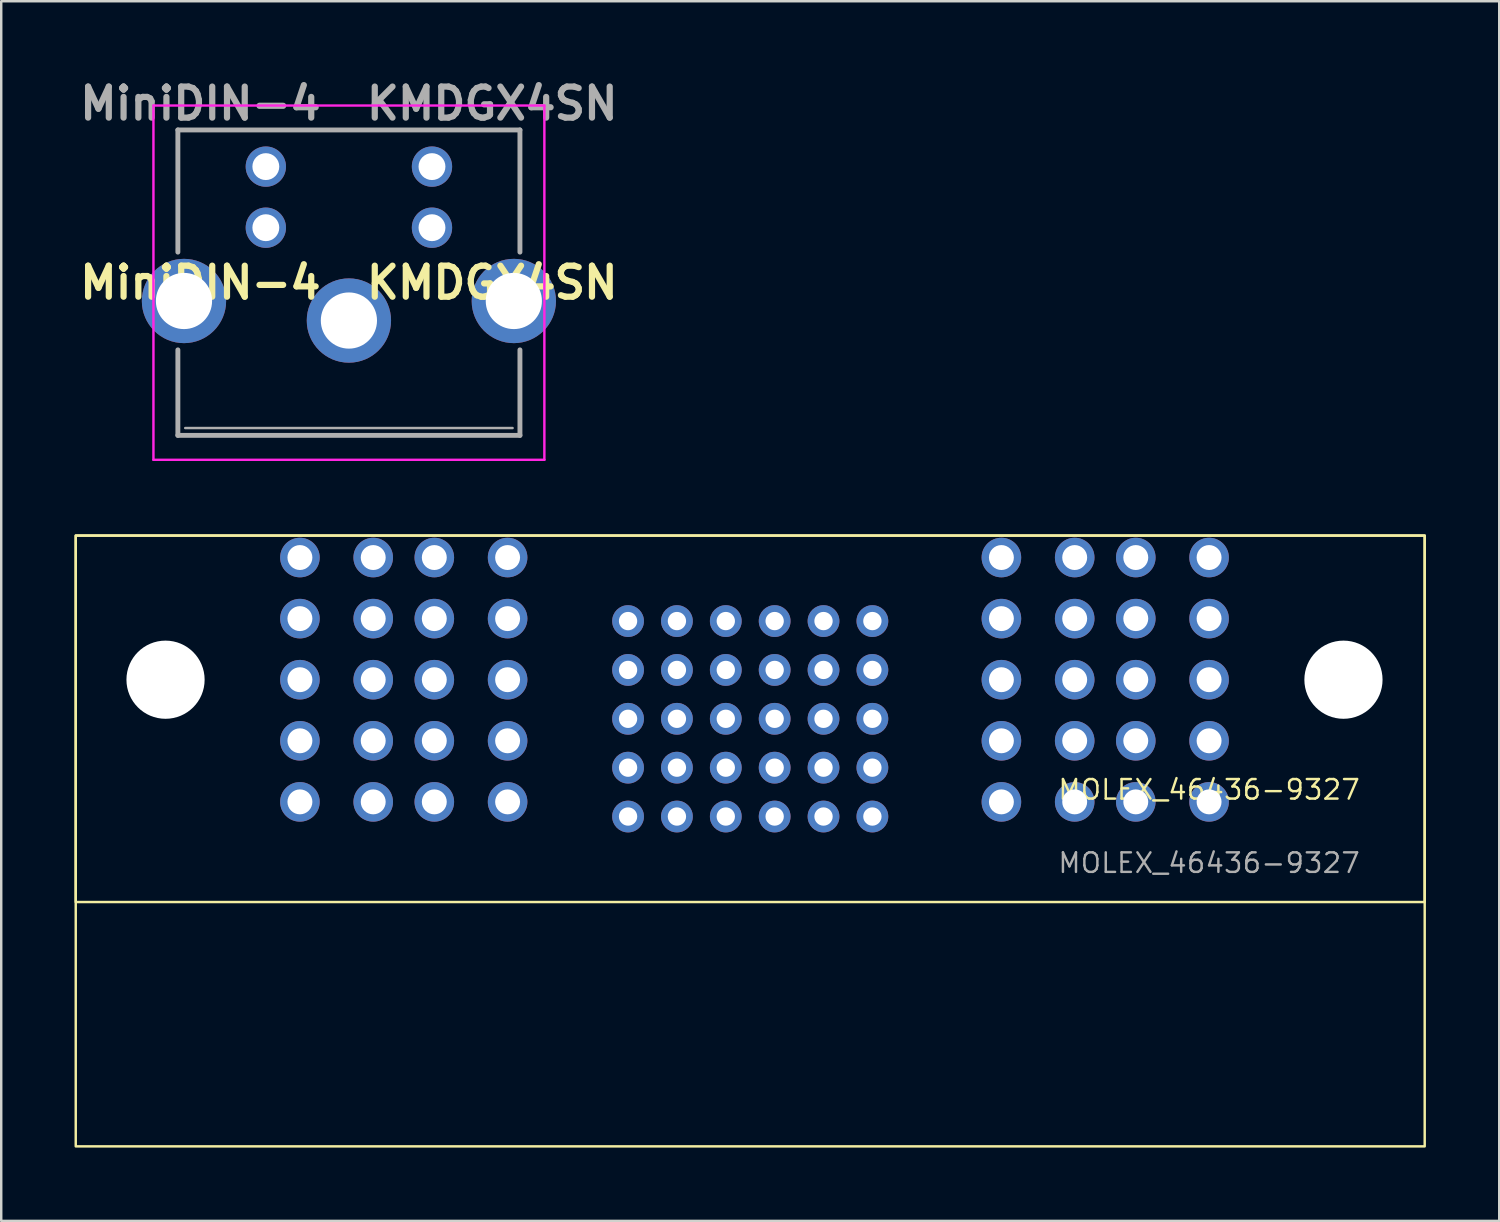
<source format=kicad_pcb>
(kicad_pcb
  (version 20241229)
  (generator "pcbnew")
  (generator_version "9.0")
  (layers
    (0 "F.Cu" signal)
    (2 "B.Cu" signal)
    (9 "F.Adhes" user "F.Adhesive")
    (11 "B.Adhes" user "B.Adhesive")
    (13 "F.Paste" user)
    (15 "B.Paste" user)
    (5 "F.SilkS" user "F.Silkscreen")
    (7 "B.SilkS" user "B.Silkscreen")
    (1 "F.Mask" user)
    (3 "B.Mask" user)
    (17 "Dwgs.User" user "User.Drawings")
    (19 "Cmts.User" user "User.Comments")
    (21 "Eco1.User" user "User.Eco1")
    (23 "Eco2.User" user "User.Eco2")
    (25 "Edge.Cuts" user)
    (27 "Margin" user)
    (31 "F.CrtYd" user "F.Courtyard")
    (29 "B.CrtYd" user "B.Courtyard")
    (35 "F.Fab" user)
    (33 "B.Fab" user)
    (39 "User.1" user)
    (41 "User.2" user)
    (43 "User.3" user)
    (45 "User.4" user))
  (footprint "MiniDIN-4  KMDGX4SN"
    (layer "F.Cu")
    (at 14.63 6.269)
    (property "Reference" "MiniDIN-4  KMDGX4SN" (at -3.4 2.25 180) (layer "F.SilkS") (effects (font (size 1.27 1.27) (thickness 0.254))))
    (attr through_hole)
    (fp_line (start -10.4 -4) (end -10.4 1) (stroke (width 0.1) (type default)) (layer "F.SilkS"))
    (fp_line (start -10.4 8.5) (end -10.4 5) (stroke (width 0.1) (type default)) (layer "F.SilkS"))
    (fp_line (start -10.4 8.5) (end 3.6 8.5) (stroke (width 0.1) (type solid)) (layer "F.SilkS"))
    (fp_line (start 3.6 -4) (end -10.4 -4) (stroke (width 0.1) (type solid)) (layer "F.SilkS"))
    (fp_line (start 3.6 1) (end 3.6 -4) (stroke (width 0.1) (type default)) (layer "F.SilkS"))
    (fp_line (start 3.6 8.5) (end 3.6 5) (stroke (width 0.1) (type default)) (layer "F.SilkS"))
    (fp_line (start -11.4 -5) (end -11.4 9.5) (stroke (width 0.1) (type solid)) (layer "F.CrtYd"))
    (fp_line (start -11.4 9.5) (end 4.6 9.5) (stroke (width 0.1) (type solid)) (layer "F.CrtYd"))
    (fp_line (start 4.6 -5) (end -11.4 -5) (stroke (width 0.1) (type solid)) (layer "F.CrtYd"))
    (fp_line (start 4.6 9.5) (end 4.6 -5) (stroke (width 0.1) (type solid)) (layer "F.CrtYd"))
    (fp_line (start -10.4 1) (end -10.4 -4) (stroke (width 0.2) (type default)) (layer "F.Fab"))
    (fp_line (start -10.4 8.5) (end -10.4 5) (stroke (width 0.2) (type default)) (layer "F.Fab"))
    (fp_line (start -10.4 8.5) (end 3.6 8.5) (stroke (width 0.2) (type solid)) (layer "F.Fab"))
    (fp_line (start -10.1 8.2) (end 3.3 8.2) (stroke (width 0.1) (type default)) (layer "F.Fab"))
    (fp_line (start 3.6 -4) (end -10.4 -4) (stroke (width 0.2) (type solid)) (layer "F.Fab"))
    (fp_line (start 3.6 -4) (end 3.6 1) (stroke (width 0.2) (type default)) (layer "F.Fab"))
    (fp_line (start 3.6 8.5) (end 3.6 5) (stroke (width 0.2) (type default)) (layer "F.Fab"))
    (fp_text user "${REFERENCE}" (at -3.4 -5.08 180) (layer "F.Fab") (effects (font (size 1.27 1.27) (thickness 0.254))))
    (pad "1" thru_hole circle (at -6.8 -2.5) (size 1.65 1.65) (drill 1.1) (layers "*.Cu" "*.Mask"))
    (pad "2" thru_hole circle (at 0 -2.5) (size 1.65 1.65) (drill 1.1) (layers "*.Cu" "*.Mask"))
    (pad "3" thru_hole circle (at -6.8 0) (size 1.65 1.65) (drill 1.1) (layers "*.Cu" "*.Mask"))
    (pad "4" thru_hole circle (at 0 0) (size 1.65 1.65) (drill 1.1) (layers "*.Cu" "*.Mask"))
    (pad "MH1" thru_hole circle (at -10.15 3) (size 3.45 3.45) (drill 2.3) (layers "*.Cu" "*.Mask"))
    (pad "MH1" thru_hole circle (at -3.4 3.8) (size 3.45 3.45) (drill 2.3) (layers "*.Cu" "*.Mask"))
    (pad "MH1" thru_hole circle (at 3.35 3) (size 3.45 3.45) (drill 2.3) (layers "*.Cu" "*.Mask")))
  (footprint "MOLEX_46436-9327"
    (layer "F.Cu")
    (at 46.435 29.769)
    (property "Reference" "MOLEX_46436-9327" (at 0 -0.5 0) (unlocked yes) (layer "F.SilkS") (effects (font (size 0.8 0.8) (thickness 0.1))))
    (attr through_hole)
    (fp_rect (start -46.385 -10.9) (end 8.825 4.1) (stroke (width 0.1) (type default)) (fill no) (layer "F.SilkS"))
    (fp_rect (start -46.385 -10.9) (end 8.825 14.1) (stroke (width 0.1) (type default)) (fill no) (layer "F.SilkS"))
    (fp_text user "${REFERENCE}" (at 0 2.5 0) (unlocked yes) (layer "F.Fab") (effects (font (size 0.8 0.8) (thickness 0.1))))
    (pad "" np_thru_hole circle (at -42.71 -5) (size 3.2 3.2) (drill 3.2) (layers "*.Cu" "*.Mask"))
    (pad "" np_thru_hole circle (at 5.5 -5) (size 3.2 3.2) (drill 3.2) (layers "*.Cu" "*.Mask"))
    (pad "A1" thru_hole circle (at -13.78 0.6) (size 1.3 1.3) (drill 0.75) (layers "*.Cu" "*.Mask"))
    (pad "A2" thru_hole circle (at -15.78 0.6) (size 1.3 1.3) (drill 0.75) (layers "*.Cu" "*.Mask"))
    (pad "A3" thru_hole circle (at -17.78 0.6) (size 1.3 1.3) (drill 0.75) (layers "*.Cu" "*.Mask"))
    (pad "A4" thru_hole circle (at -19.78 0.6) (size 1.3 1.3) (drill 0.75) (layers "*.Cu" "*.Mask"))
    (pad "A5" thru_hole circle (at -21.78 0.6) (size 1.3 1.3) (drill 0.75) (layers "*.Cu" "*.Mask"))
    (pad "A6" thru_hole circle (at -23.78 0.6) (size 1.3 1.3) (drill 0.75) (layers "*.Cu" "*.Mask"))
    (pad "B1" thru_hole circle (at -13.78 -1.4) (size 1.3 1.3) (drill 0.75) (layers "*.Cu" "*.Mask"))
    (pad "B2" thru_hole circle (at -15.78 -1.4) (size 1.3 1.3) (drill 0.75) (layers "*.Cu" "*.Mask"))
    (pad "B3" thru_hole circle (at -17.78 -1.4) (size 1.3 1.3) (drill 0.75) (layers "*.Cu" "*.Mask"))
    (pad "B4" thru_hole circle (at -19.78 -1.4) (size 1.3 1.3) (drill 0.75) (layers "*.Cu" "*.Mask"))
    (pad "B5" thru_hole circle (at -21.78 -1.4) (size 1.3 1.3) (drill 0.75) (layers "*.Cu" "*.Mask"))
    (pad "B6" thru_hole circle (at -23.78 -1.4) (size 1.3 1.3) (drill 0.75) (layers "*.Cu" "*.Mask"))
    (pad "C1" thru_hole circle (at -13.78 -3.4) (size 1.3 1.3) (drill 0.75) (layers "*.Cu" "*.Mask"))
    (pad "C2" thru_hole circle (at -15.78 -3.4) (size 1.3 1.3) (drill 0.75) (layers "*.Cu" "*.Mask"))
    (pad "C3" thru_hole circle (at -17.78 -3.4) (size 1.3 1.3) (drill 0.75) (layers "*.Cu" "*.Mask"))
    (pad "C4" thru_hole circle (at -19.78 -3.4) (size 1.3 1.3) (drill 0.75) (layers "*.Cu" "*.Mask"))
    (pad "C5" thru_hole circle (at -21.78 -3.4) (size 1.3 1.3) (drill 0.75) (layers "*.Cu" "*.Mask"))
    (pad "C6" thru_hole circle (at -23.78 -3.4) (size 1.3 1.3) (drill 0.75) (layers "*.Cu" "*.Mask"))
    (pad "D1" thru_hole circle (at -13.78 -5.4) (size 1.3 1.3) (drill 0.75) (layers "*.Cu" "*.Mask"))
    (pad "D2" thru_hole circle (at -15.78 -5.4) (size 1.3 1.3) (drill 0.75) (layers "*.Cu" "*.Mask"))
    (pad "D3" thru_hole circle (at -17.78 -5.4) (size 1.3 1.3) (drill 0.75) (layers "*.Cu" "*.Mask"))
    (pad "D4" thru_hole circle (at -19.78 -5.4) (size 1.3 1.3) (drill 0.75) (layers "*.Cu" "*.Mask"))
    (pad "D5" thru_hole circle (at -21.78 -5.4) (size 1.3 1.3) (drill 0.75) (layers "*.Cu" "*.Mask"))
    (pad "D6" thru_hole circle (at -23.78 -5.4) (size 1.3 1.3) (drill 0.75) (layers "*.Cu" "*.Mask"))
    (pad "E1" thru_hole circle (at -13.78 -7.4) (size 1.3 1.3) (drill 0.75) (layers "*.Cu" "*.Mask"))
    (pad "E2" thru_hole circle (at -15.78 -7.4) (size 1.3 1.3) (drill 0.75) (layers "*.Cu" "*.Mask"))
    (pad "E3" thru_hole circle (at -17.78 -7.4) (size 1.3 1.3) (drill 0.75) (layers "*.Cu" "*.Mask"))
    (pad "E4" thru_hole circle (at -19.78 -7.4) (size 1.3 1.3) (drill 0.75) (layers "*.Cu" "*.Mask"))
    (pad "E5" thru_hole circle (at -21.78 -7.4) (size 1.3 1.3) (drill 0.75) (layers "*.Cu" "*.Mask"))
    (pad "E6" thru_hole circle (at -23.78 -7.4) (size 1.3 1.3) (drill 0.75) (layers "*.Cu" "*.Mask"))
    (pad "P1" thru_hole circle (at -3 -10) (size 1.62 1.62) (drill 1.02) (layers "*.Cu" "*.Mask"))
    (pad "P1" thru_hole circle (at -3 -7.5) (size 1.62 1.62) (drill 1.02) (layers "*.Cu" "*.Mask"))
    (pad "P1" thru_hole circle (at -3 -5) (size 1.62 1.62) (drill 1.02) (layers "*.Cu" "*.Mask"))
    (pad "P1" thru_hole circle (at -3 -2.5) (size 1.62 1.62) (drill 1.02) (layers "*.Cu" "*.Mask"))
    (pad "P1" thru_hole circle (at -3 0) (size 1.62 1.62) (drill 1.02) (layers "*.Cu" "*.Mask"))
    (pad "P1" thru_hole circle (at 0 -10) (size 1.62 1.62) (drill 1.02) (layers "*.Cu" "*.Mask"))
    (pad "P1" thru_hole circle (at 0 -7.5) (size 1.62 1.62) (drill 1.02) (layers "*.Cu" "*.Mask"))
    (pad "P1" thru_hole circle (at 0 -5) (size 1.62 1.62) (drill 1.02) (layers "*.Cu" "*.Mask"))
    (pad "P1" thru_hole circle (at 0 -2.5) (size 1.62 1.62) (drill 1.02) (layers "*.Cu" "*.Mask"))
    (pad "P1" thru_hole circle (at 0 0) (size 1.62 1.62) (drill 1.02) (layers "*.Cu" "*.Mask"))
    (pad "P2" thru_hole circle (at -8.5 -10) (size 1.62 1.62) (drill 1.02) (layers "*.Cu" "*.Mask"))
    (pad "P2" thru_hole circle (at -8.5 -7.5) (size 1.62 1.62) (drill 1.02) (layers "*.Cu" "*.Mask"))
    (pad "P2" thru_hole circle (at -8.5 -5) (size 1.62 1.62) (drill 1.02) (layers "*.Cu" "*.Mask"))
    (pad "P2" thru_hole circle (at -8.5 -2.5) (size 1.62 1.62) (drill 1.02) (layers "*.Cu" "*.Mask"))
    (pad "P2" thru_hole circle (at -8.5 0) (size 1.62 1.62) (drill 1.02) (layers "*.Cu" "*.Mask"))
    (pad "P2" thru_hole circle (at -5.5 -10) (size 1.62 1.62) (drill 1.02) (layers "*.Cu" "*.Mask"))
    (pad "P2" thru_hole circle (at -5.5 -7.5) (size 1.62 1.62) (drill 1.02) (layers "*.Cu" "*.Mask"))
    (pad "P2" thru_hole circle (at -5.5 -5) (size 1.62 1.62) (drill 1.02) (layers "*.Cu" "*.Mask"))
    (pad "P2" thru_hole circle (at -5.5 -2.5) (size 1.62 1.62) (drill 1.02) (layers "*.Cu" "*.Mask"))
    (pad "P2" thru_hole circle (at -5.5 0) (size 1.62 1.62) (drill 1.02) (layers "*.Cu" "*.Mask"))
    (pad "P3" thru_hole circle (at -31.71 -10) (size 1.62 1.62) (drill 1.02) (layers "*.Cu" "*.Mask"))
    (pad "P3" thru_hole circle (at -31.71 -7.5) (size 1.62 1.62) (drill 1.02) (layers "*.Cu" "*.Mask"))
    (pad "P3" thru_hole circle (at -31.71 -5) (size 1.62 1.62) (drill 1.02) (layers "*.Cu" "*.Mask"))
    (pad "P3" thru_hole circle (at -31.71 -2.5) (size 1.62 1.62) (drill 1.02) (layers "*.Cu" "*.Mask"))
    (pad "P3" thru_hole circle (at -31.71 0) (size 1.62 1.62) (drill 1.02) (layers "*.Cu" "*.Mask"))
    (pad "P3" thru_hole circle (at -28.71 -10) (size 1.62 1.62) (drill 1.02) (layers "*.Cu" "*.Mask"))
    (pad "P3" thru_hole circle (at -28.71 -7.5) (size 1.62 1.62) (drill 1.02) (layers "*.Cu" "*.Mask"))
    (pad "P3" thru_hole circle (at -28.71 -5) (size 1.62 1.62) (drill 1.02) (layers "*.Cu" "*.Mask"))
    (pad "P3" thru_hole circle (at -28.71 -2.5) (size 1.62 1.62) (drill 1.02) (layers "*.Cu" "*.Mask"))
    (pad "P3" thru_hole circle (at -28.71 0) (size 1.62 1.62) (drill 1.02) (layers "*.Cu" "*.Mask"))
    (pad "P4" thru_hole circle (at -37.21 -10) (size 1.62 1.62) (drill 1.02) (layers "*.Cu" "*.Mask"))
    (pad "P4" thru_hole circle (at -37.21 -7.5) (size 1.62 1.62) (drill 1.02) (layers "*.Cu" "*.Mask"))
    (pad "P4" thru_hole circle (at -37.21 -5) (size 1.62 1.62) (drill 1.02) (layers "*.Cu" "*.Mask"))
    (pad "P4" thru_hole circle (at -37.21 -2.5) (size 1.62 1.62) (drill 1.02) (layers "*.Cu" "*.Mask"))
    (pad "P4" thru_hole circle (at -37.21 0) (size 1.62 1.62) (drill 1.02) (layers "*.Cu" "*.Mask"))
    (pad "P4" thru_hole circle (at -34.21 -10) (size 1.62 1.62) (drill 1.02) (layers "*.Cu" "*.Mask"))
    (pad "P4" thru_hole circle (at -34.21 -7.5) (size 1.62 1.62) (drill 1.02) (layers "*.Cu" "*.Mask"))
    (pad "P4" thru_hole circle (at -34.21 -5) (size 1.62 1.62) (drill 1.02) (layers "*.Cu" "*.Mask"))
    (pad "P4" thru_hole circle (at -34.21 -2.5) (size 1.62 1.62) (drill 1.02) (layers "*.Cu" "*.Mask"))
    (pad "P4" thru_hole circle (at -34.21 0) (size 1.62 1.62) (drill 1.02) (layers "*.Cu" "*.Mask")))
  (gr_rect
    (start -3 -3)
    (end 58.31 46.919)
    (stroke (width 0.1) (type default))
    (fill no)
    (layer "Edge.Cuts")))
</source>
